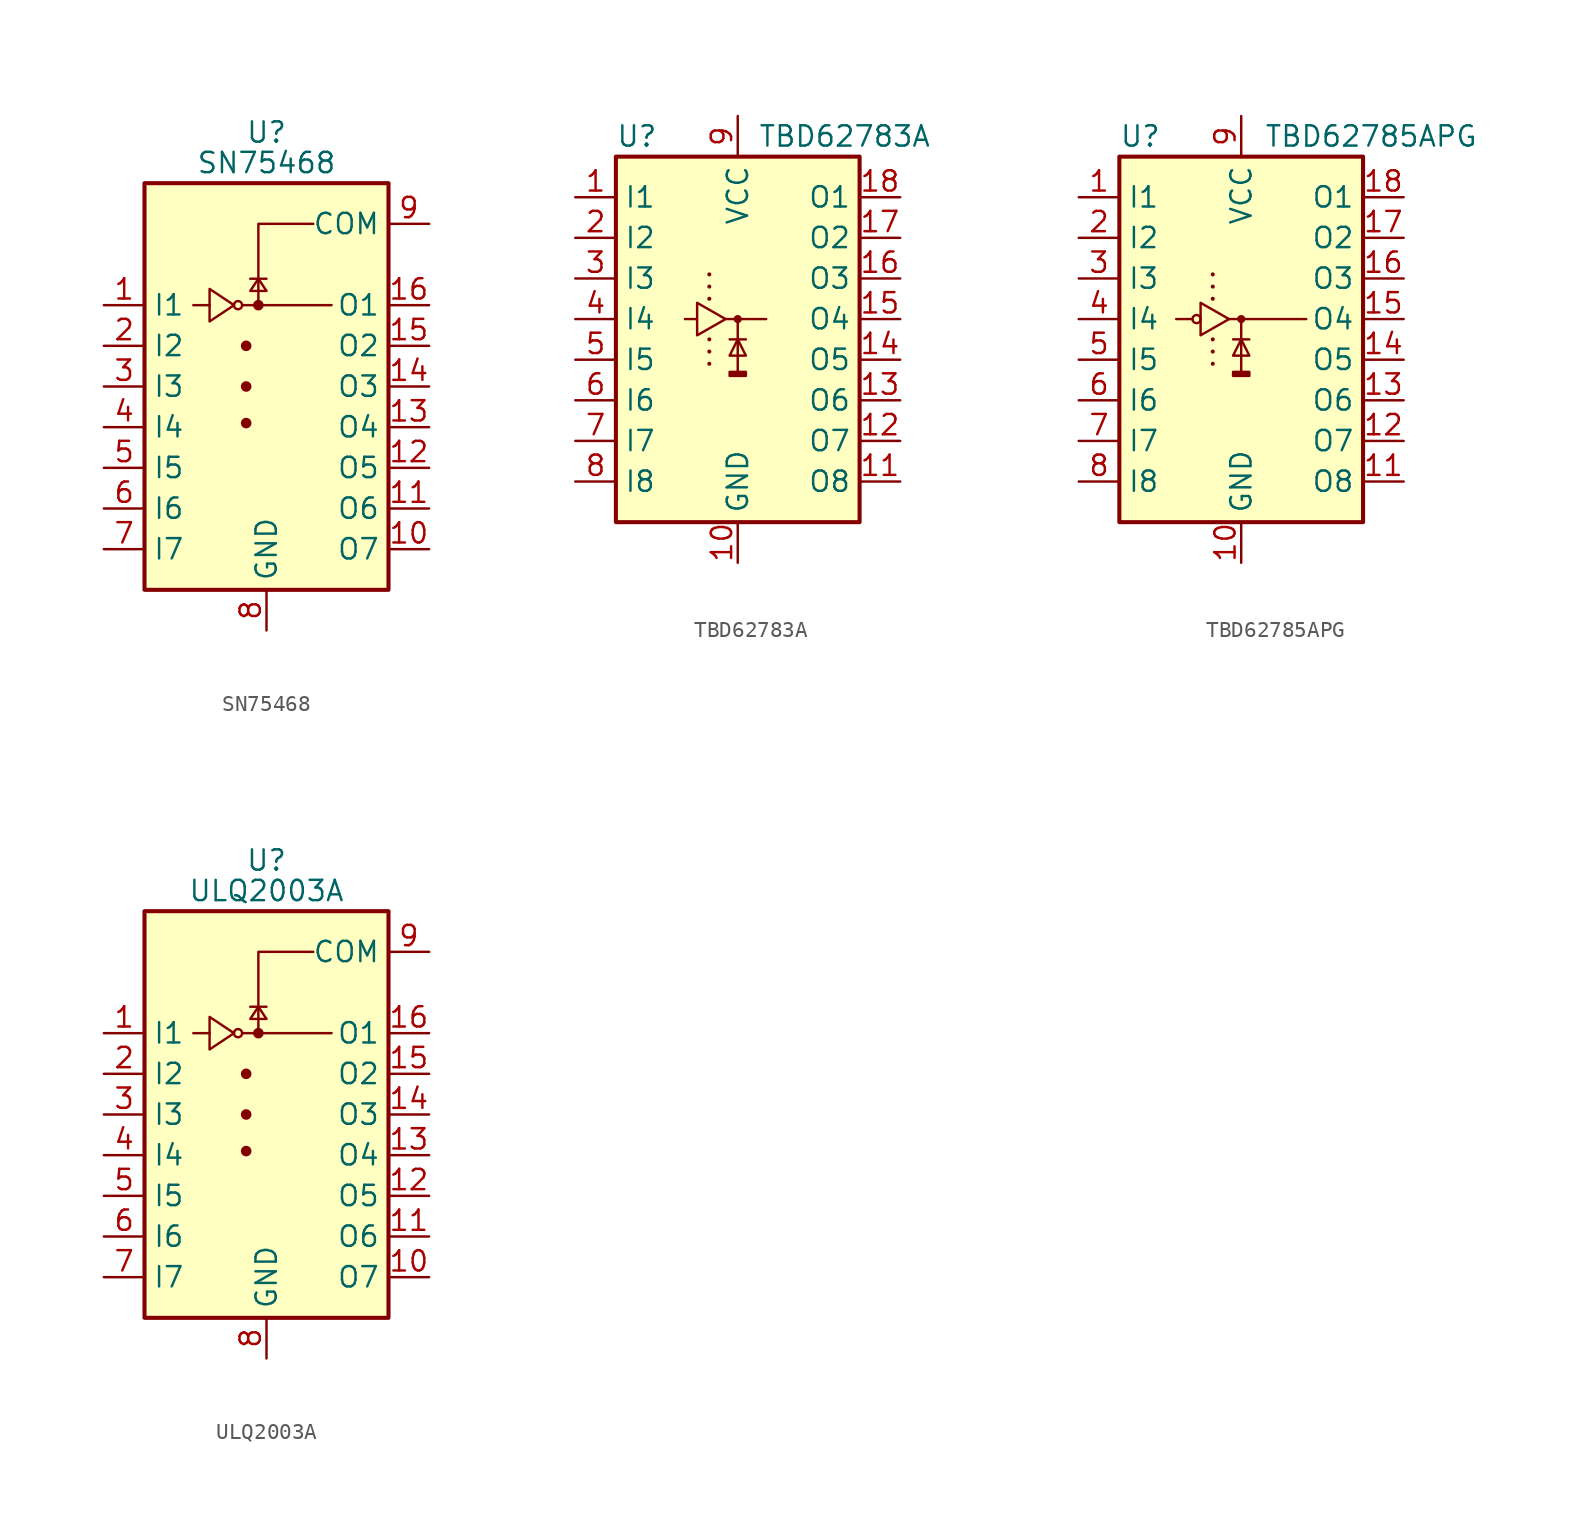
<source format=kicad_sym>
(kicad_symbol_lib
  (version 20231120)
  (generator "kicad_symbol_editor")
  (generator_version "8.0")
  (symbol "SN75468"
    (property "Reference" "U"
      (at 0 15.875 0)
      (effects (font (size 1.27 1.27))))
    (property "Value" "SN75468"
      (at 0 13.97 0)
      (effects (font (size 1.27 1.27))))
    (symbol "SN75468_0_1"
      (rectangle (start -7.62 -12.7) (end 7.62 12.7) (stroke (width 0.254) (type default)) (fill (type background)))
      (circle (center -1.778 5.08) (radius 0.254) (stroke (width 0) (type default)) (fill (type none)))
      (circle (center -1.27 -2.286) (radius 0.254) (stroke (width 0) (type default)) (fill (type outline)))
      (circle (center -1.27 0) (radius 0.254) (stroke (width 0) (type default)) (fill (type outline)))
      (circle (center -1.27 2.54) (radius 0.254) (stroke (width 0) (type default)) (fill (type outline)))
      (circle (center -0.508 5.08) (radius 0.254) (stroke (width 0) (type default)) (fill (type outline)))
      (polyline (pts (xy -4.572 5.08) (xy -3.556 5.08)) (stroke (width 0) (type default)) (fill (type none)))
      (polyline (pts (xy -1.524 5.08) (xy 4.064 5.08)) (stroke (width 0) (type default)) (fill (type none)))
      (polyline (pts (xy 0 6.731) (xy -1.016 6.731)) (stroke (width 0) (type default)) (fill (type none)))
      (polyline (pts (xy -0.508 5.08) (xy -0.508 10.16) (xy 2.921 10.16)) (stroke (width 0) (type default)) (fill (type none)))
      (polyline (pts (xy -3.556 6.096) (xy -3.556 4.064) (xy -2.032 5.08) (xy -3.556 6.096)) (stroke (width 0) (type default)) (fill (type none)))
      (polyline (pts (xy 0 5.969) (xy -1.016 5.969) (xy -0.508 6.731) (xy 0 5.969)) (stroke (width 0) (type default)) (fill (type none))))
    (symbol "SN75468_1_1"
      (pin input line (at -10.16 5.08 0) (length 2.54) (name "I1" (effects (font (size 1.27 1.27)))) (number "1" (effects (font (size 1.27 1.27)))))
      (pin open_collector line (at 10.16 -10.16 180) (length 2.54) (name "O7" (effects (font (size 1.27 1.27)))) (number "10" (effects (font (size 1.27 1.27)))))
      (pin open_collector line (at 10.16 -7.62 180) (length 2.54) (name "O6" (effects (font (size 1.27 1.27)))) (number "11" (effects (font (size 1.27 1.27)))))
      (pin open_collector line (at 10.16 -5.08 180) (length 2.54) (name "O5" (effects (font (size 1.27 1.27)))) (number "12" (effects (font (size 1.27 1.27)))))
      (pin open_collector line (at 10.16 -2.54 180) (length 2.54) (name "O4" (effects (font (size 1.27 1.27)))) (number "13" (effects (font (size 1.27 1.27)))))
      (pin open_collector line (at 10.16 0 180) (length 2.54) (name "O3" (effects (font (size 1.27 1.27)))) (number "14" (effects (font (size 1.27 1.27)))))
      (pin open_collector line (at 10.16 2.54 180) (length 2.54) (name "O2" (effects (font (size 1.27 1.27)))) (number "15" (effects (font (size 1.27 1.27)))))
      (pin open_collector line (at 10.16 5.08 180) (length 2.54) (name "O1" (effects (font (size 1.27 1.27)))) (number "16" (effects (font (size 1.27 1.27)))))
      (pin input line (at -10.16 2.54 0) (length 2.54) (name "I2" (effects (font (size 1.27 1.27)))) (number "2" (effects (font (size 1.27 1.27)))))
      (pin input line (at -10.16 0 0) (length 2.54) (name "I3" (effects (font (size 1.27 1.27)))) (number "3" (effects (font (size 1.27 1.27)))))
      (pin input line (at -10.16 -2.54 0) (length 2.54) (name "I4" (effects (font (size 1.27 1.27)))) (number "4" (effects (font (size 1.27 1.27)))))
      (pin input line (at -10.16 -5.08 0) (length 2.54) (name "I5" (effects (font (size 1.27 1.27)))) (number "5" (effects (font (size 1.27 1.27)))))
      (pin input line (at -10.16 -7.62 0) (length 2.54) (name "I6" (effects (font (size 1.27 1.27)))) (number "6" (effects (font (size 1.27 1.27)))))
      (pin input line (at -10.16 -10.16 0) (length 2.54) (name "I7" (effects (font (size 1.27 1.27)))) (number "7" (effects (font (size 1.27 1.27)))))
      (pin power_in line (at 0 -15.24 90) (length 2.54) (name "GND" (effects (font (size 1.27 1.27)))) (number "8" (effects (font (size 1.27 1.27)))))
      (pin passive line (at 10.16 10.16 180) (length 2.54) (name "COM" (effects (font (size 1.27 1.27)))) (number "9" (effects (font (size 1.27 1.27)))))))
  (symbol "TBD62783A"
    (property "Reference" "U"
      (at -7.62 11.43 0)
      (effects (font (size 1.27 1.27)) (justify left)))
    (property "Value" "TBD62783A"
      (at 1.27 11.43 0)
      (effects (font (size 1.27 1.27)) (justify left)))
    (symbol "TBD62783A_0_1"
      (rectangle (start -7.62 10.16) (end 7.62 -12.7) (stroke (width 0.254) (type default)) (fill (type background)))
      (rectangle (start -0.508 -3.302) (end 0.508 -3.556) (stroke (width 0) (type default)) (fill (type outline)))
      (polyline (pts (xy -1.778 -2.794) (xy -1.778 -2.794)) (stroke (width 0.254) (type default)) (fill (type none)))
      (polyline (pts (xy -1.778 -2.032) (xy -1.778 -2.032)) (stroke (width 0.254) (type default)) (fill (type none)))
      (polyline (pts (xy -1.778 -1.27) (xy -1.778 -1.27)) (stroke (width 0.254) (type default)) (fill (type none)))
      (polyline (pts (xy -1.778 1.27) (xy -1.778 1.27)) (stroke (width 0.254) (type default)) (fill (type none)))
      (polyline (pts (xy -1.778 2.032) (xy -1.778 2.032)) (stroke (width 0.254) (type default)) (fill (type none)))
      (polyline (pts (xy -1.778 2.794) (xy -1.778 2.794)) (stroke (width 0.254) (type default)) (fill (type none)))
      (polyline (pts (xy -0.762 0) (xy 1.778 0)) (stroke (width 0) (type default)) (fill (type none)))
      (polyline (pts (xy -0.508 -1.27) (xy 0.508 -1.27)) (stroke (width 0) (type default)) (fill (type none)))
      (polyline (pts (xy 0 0) (xy 0 -3.302)) (stroke (width 0) (type default)) (fill (type none)))
      (polyline (pts (xy 0 0) (xy 0 0)) (stroke (width 0.508) (type default)) (fill (type none)))
      (polyline (pts (xy 0 -1.27) (xy -0.508 -2.286) (xy 0.508 -2.286) (xy 0 -1.27)) (stroke (width 0) (type default)) (fill (type none)))
      (polyline (pts (xy -3.302 0) (xy -2.54 0) (xy -2.54 1.016) (xy -0.762 0) (xy -2.54 -1.016) (xy -2.54 0)) (stroke (width 0) (type default)) (fill (type none))))
    (symbol "TBD62783A_1_1"
      (pin input line (at -10.16 7.62 0) (length 2.54) (name "I1" (effects (font (size 1.27 1.27)))) (number "1" (effects (font (size 1.27 1.27)))))
      (pin power_in line (at 0 -15.24 90) (length 2.54) (name "GND" (effects (font (size 1.27 1.27)))) (number "10" (effects (font (size 1.27 1.27)))))
      (pin open_emitter line (at 10.16 -10.16 180) (length 2.54) (name "O8" (effects (font (size 1.27 1.27)))) (number "11" (effects (font (size 1.27 1.27)))))
      (pin open_emitter line (at 10.16 -7.62 180) (length 2.54) (name "O7" (effects (font (size 1.27 1.27)))) (number "12" (effects (font (size 1.27 1.27)))))
      (pin open_emitter line (at 10.16 -5.08 180) (length 2.54) (name "O6" (effects (font (size 1.27 1.27)))) (number "13" (effects (font (size 1.27 1.27)))))
      (pin open_emitter line (at 10.16 -2.54 180) (length 2.54) (name "O5" (effects (font (size 1.27 1.27)))) (number "14" (effects (font (size 1.27 1.27)))))
      (pin open_emitter line (at 10.16 0 180) (length 2.54) (name "O4" (effects (font (size 1.27 1.27)))) (number "15" (effects (font (size 1.27 1.27)))))
      (pin open_emitter line (at 10.16 2.54 180) (length 2.54) (name "O3" (effects (font (size 1.27 1.27)))) (number "16" (effects (font (size 1.27 1.27)))))
      (pin open_emitter line (at 10.16 5.08 180) (length 2.54) (name "O2" (effects (font (size 1.27 1.27)))) (number "17" (effects (font (size 1.27 1.27)))))
      (pin open_emitter line (at 10.16 7.62 180) (length 2.54) (name "O1" (effects (font (size 1.27 1.27)))) (number "18" (effects (font (size 1.27 1.27)))))
      (pin input line (at -10.16 5.08 0) (length 2.54) (name "I2" (effects (font (size 1.27 1.27)))) (number "2" (effects (font (size 1.27 1.27)))))
      (pin input line (at -10.16 2.54 0) (length 2.54) (name "I3" (effects (font (size 1.27 1.27)))) (number "3" (effects (font (size 1.27 1.27)))))
      (pin input line (at -10.16 0 0) (length 2.54) (name "I4" (effects (font (size 1.27 1.27)))) (number "4" (effects (font (size 1.27 1.27)))))
      (pin input line (at -10.16 -2.54 0) (length 2.54) (name "I5" (effects (font (size 1.27 1.27)))) (number "5" (effects (font (size 1.27 1.27)))))
      (pin input line (at -10.16 -5.08 0) (length 2.54) (name "I6" (effects (font (size 1.27 1.27)))) (number "6" (effects (font (size 1.27 1.27)))))
      (pin input line (at -10.16 -7.62 0) (length 2.54) (name "I7" (effects (font (size 1.27 1.27)))) (number "7" (effects (font (size 1.27 1.27)))))
      (pin input line (at -10.16 -10.16 0) (length 2.54) (name "I8" (effects (font (size 1.27 1.27)))) (number "8" (effects (font (size 1.27 1.27)))))
      (pin power_in line (at 0 12.7 270) (length 2.54) (name "VCC" (effects (font (size 1.27 1.27)))) (number "9" (effects (font (size 1.27 1.27)))))))
  (symbol "TBD62785APG"
    (property "Reference" "U"
      (at -7.62 11.43 0)
      (effects (font (size 1.27 1.27)) (justify left)))
    (property "Value" "TBD62785APG"
      (at 8.128 11.43 0)
      (effects (font (size 1.27 1.27))))
    (symbol "TBD62785APG_0_1"
      (rectangle (start -7.62 10.16) (end 7.62 -12.7) (stroke (width 0.254) (type default)) (fill (type background)))
      (circle (center -2.794 0) (radius 0.254) (stroke (width 0) (type default)) (fill (type none)))
      (rectangle (start -0.508 -3.302) (end 0.508 -3.556) (stroke (width 0) (type default)) (fill (type outline)))
      (polyline (pts (xy -4.064 0) (xy -3.048 0)) (stroke (width 0) (type default)) (fill (type none)))
      (polyline (pts (xy -1.778 -2.794) (xy -1.778 -2.794)) (stroke (width 0.254) (type default)) (fill (type none)))
      (polyline (pts (xy -1.778 -2.032) (xy -1.778 -2.032)) (stroke (width 0.254) (type default)) (fill (type none)))
      (polyline (pts (xy -1.778 -1.27) (xy -1.778 -1.27)) (stroke (width 0.254) (type default)) (fill (type none)))
      (polyline (pts (xy -1.778 1.27) (xy -1.778 1.27)) (stroke (width 0.254) (type default)) (fill (type none)))
      (polyline (pts (xy -1.778 2.032) (xy -1.778 2.032)) (stroke (width 0.254) (type default)) (fill (type none)))
      (polyline (pts (xy -1.778 2.794) (xy -1.778 2.794)) (stroke (width 0.254) (type default)) (fill (type none)))
      (polyline (pts (xy -0.762 0) (xy 4.064 0)) (stroke (width 0) (type default)) (fill (type none)))
      (polyline (pts (xy -0.508 -1.27) (xy 0.508 -1.27)) (stroke (width 0) (type default)) (fill (type none)))
      (polyline (pts (xy 0 0) (xy 0 -3.302)) (stroke (width 0) (type default)) (fill (type none)))
      (polyline (pts (xy 0 0) (xy 0 0)) (stroke (width 0.508) (type default)) (fill (type none)))
      (polyline (pts (xy 0 -1.27) (xy -0.508 -2.286) (xy 0.508 -2.286) (xy 0 -1.27)) (stroke (width 0) (type default)) (fill (type none)))
      (polyline (pts (xy -2.54 0) (xy -2.54 0) (xy -2.54 1.016) (xy -0.762 0) (xy -2.54 -1.016) (xy -2.54 0)) (stroke (width 0) (type default)) (fill (type none))))
    (symbol "TBD62785APG_1_1"
      (pin input line (at -10.16 7.62 0) (length 2.54) (name "I1" (effects (font (size 1.27 1.27)))) (number "1" (effects (font (size 1.27 1.27)))))
      (pin power_in line (at 0 -15.24 90) (length 2.54) (name "GND" (effects (font (size 1.27 1.27)))) (number "10" (effects (font (size 1.27 1.27)))))
      (pin open_emitter line (at 10.16 -10.16 180) (length 2.54) (name "O8" (effects (font (size 1.27 1.27)))) (number "11" (effects (font (size 1.27 1.27)))))
      (pin open_emitter line (at 10.16 -7.62 180) (length 2.54) (name "O7" (effects (font (size 1.27 1.27)))) (number "12" (effects (font (size 1.27 1.27)))))
      (pin open_emitter line (at 10.16 -5.08 180) (length 2.54) (name "O6" (effects (font (size 1.27 1.27)))) (number "13" (effects (font (size 1.27 1.27)))))
      (pin open_emitter line (at 10.16 -2.54 180) (length 2.54) (name "O5" (effects (font (size 1.27 1.27)))) (number "14" (effects (font (size 1.27 1.27)))))
      (pin open_emitter line (at 10.16 0 180) (length 2.54) (name "O4" (effects (font (size 1.27 1.27)))) (number "15" (effects (font (size 1.27 1.27)))))
      (pin open_emitter line (at 10.16 2.54 180) (length 2.54) (name "O3" (effects (font (size 1.27 1.27)))) (number "16" (effects (font (size 1.27 1.27)))))
      (pin open_emitter line (at 10.16 5.08 180) (length 2.54) (name "O2" (effects (font (size 1.27 1.27)))) (number "17" (effects (font (size 1.27 1.27)))))
      (pin open_emitter line (at 10.16 7.62 180) (length 2.54) (name "O1" (effects (font (size 1.27 1.27)))) (number "18" (effects (font (size 1.27 1.27)))))
      (pin input line (at -10.16 5.08 0) (length 2.54) (name "I2" (effects (font (size 1.27 1.27)))) (number "2" (effects (font (size 1.27 1.27)))))
      (pin input line (at -10.16 2.54 0) (length 2.54) (name "I3" (effects (font (size 1.27 1.27)))) (number "3" (effects (font (size 1.27 1.27)))))
      (pin input line (at -10.16 0 0) (length 2.54) (name "I4" (effects (font (size 1.27 1.27)))) (number "4" (effects (font (size 1.27 1.27)))))
      (pin input line (at -10.16 -2.54 0) (length 2.54) (name "I5" (effects (font (size 1.27 1.27)))) (number "5" (effects (font (size 1.27 1.27)))))
      (pin input line (at -10.16 -5.08 0) (length 2.54) (name "I6" (effects (font (size 1.27 1.27)))) (number "6" (effects (font (size 1.27 1.27)))))
      (pin input line (at -10.16 -7.62 0) (length 2.54) (name "I7" (effects (font (size 1.27 1.27)))) (number "7" (effects (font (size 1.27 1.27)))))
      (pin input line (at -10.16 -10.16 0) (length 2.54) (name "I8" (effects (font (size 1.27 1.27)))) (number "8" (effects (font (size 1.27 1.27)))))
      (pin power_in line (at 0 12.7 270) (length 2.54) (name "VCC" (effects (font (size 1.27 1.27)))) (number "9" (effects (font (size 1.27 1.27)))))))
  (symbol "ULQ2003A"
    (property "Reference" "U"
      (at 0 15.875 0)
      (effects (font (size 1.27 1.27))))
    (property "Value" "ULQ2003A"
      (at 0 13.97 0)
      (effects (font (size 1.27 1.27))))
    (symbol "ULQ2003A_0_1"
      (rectangle (start -7.62 -12.7) (end 7.62 12.7) (stroke (width 0.254) (type default)) (fill (type background)))
      (circle (center -1.778 5.08) (radius 0.254) (stroke (width 0) (type default)) (fill (type none)))
      (circle (center -1.27 -2.286) (radius 0.254) (stroke (width 0) (type default)) (fill (type outline)))
      (circle (center -1.27 0) (radius 0.254) (stroke (width 0) (type default)) (fill (type outline)))
      (circle (center -1.27 2.54) (radius 0.254) (stroke (width 0) (type default)) (fill (type outline)))
      (circle (center -0.508 5.08) (radius 0.254) (stroke (width 0) (type default)) (fill (type outline)))
      (polyline (pts (xy -4.572 5.08) (xy -3.556 5.08)) (stroke (width 0) (type default)) (fill (type none)))
      (polyline (pts (xy -1.524 5.08) (xy 4.064 5.08)) (stroke (width 0) (type default)) (fill (type none)))
      (polyline (pts (xy 0 6.731) (xy -1.016 6.731)) (stroke (width 0) (type default)) (fill (type none)))
      (polyline (pts (xy -0.508 5.08) (xy -0.508 10.16) (xy 2.921 10.16)) (stroke (width 0) (type default)) (fill (type none)))
      (polyline (pts (xy -3.556 6.096) (xy -3.556 4.064) (xy -2.032 5.08) (xy -3.556 6.096)) (stroke (width 0) (type default)) (fill (type none)))
      (polyline (pts (xy 0 5.969) (xy -1.016 5.969) (xy -0.508 6.731) (xy 0 5.969)) (stroke (width 0) (type default)) (fill (type none))))
    (symbol "ULQ2003A_1_1"
      (pin input line (at -10.16 5.08 0) (length 2.54) (name "I1" (effects (font (size 1.27 1.27)))) (number "1" (effects (font (size 1.27 1.27)))))
      (pin open_collector line (at 10.16 -10.16 180) (length 2.54) (name "O7" (effects (font (size 1.27 1.27)))) (number "10" (effects (font (size 1.27 1.27)))))
      (pin open_collector line (at 10.16 -7.62 180) (length 2.54) (name "O6" (effects (font (size 1.27 1.27)))) (number "11" (effects (font (size 1.27 1.27)))))
      (pin open_collector line (at 10.16 -5.08 180) (length 2.54) (name "O5" (effects (font (size 1.27 1.27)))) (number "12" (effects (font (size 1.27 1.27)))))
      (pin open_collector line (at 10.16 -2.54 180) (length 2.54) (name "O4" (effects (font (size 1.27 1.27)))) (number "13" (effects (font (size 1.27 1.27)))))
      (pin open_collector line (at 10.16 0 180) (length 2.54) (name "O3" (effects (font (size 1.27 1.27)))) (number "14" (effects (font (size 1.27 1.27)))))
      (pin open_collector line (at 10.16 2.54 180) (length 2.54) (name "O2" (effects (font (size 1.27 1.27)))) (number "15" (effects (font (size 1.27 1.27)))))
      (pin open_collector line (at 10.16 5.08 180) (length 2.54) (name "O1" (effects (font (size 1.27 1.27)))) (number "16" (effects (font (size 1.27 1.27)))))
      (pin input line (at -10.16 2.54 0) (length 2.54) (name "I2" (effects (font (size 1.27 1.27)))) (number "2" (effects (font (size 1.27 1.27)))))
      (pin input line (at -10.16 0 0) (length 2.54) (name "I3" (effects (font (size 1.27 1.27)))) (number "3" (effects (font (size 1.27 1.27)))))
      (pin input line (at -10.16 -2.54 0) (length 2.54) (name "I4" (effects (font (size 1.27 1.27)))) (number "4" (effects (font (size 1.27 1.27)))))
      (pin input line (at -10.16 -5.08 0) (length 2.54) (name "I5" (effects (font (size 1.27 1.27)))) (number "5" (effects (font (size 1.27 1.27)))))
      (pin input line (at -10.16 -7.62 0) (length 2.54) (name "I6" (effects (font (size 1.27 1.27)))) (number "6" (effects (font (size 1.27 1.27)))))
      (pin input line (at -10.16 -10.16 0) (length 2.54) (name "I7" (effects (font (size 1.27 1.27)))) (number "7" (effects (font (size 1.27 1.27)))))
      (pin power_in line (at 0 -15.24 90) (length 2.54) (name "GND" (effects (font (size 1.27 1.27)))) (number "8" (effects (font (size 1.27 1.27)))))
      (pin passive line (at 10.16 10.16 180) (length 2.54) (name "COM" (effects (font (size 1.27 1.27)))) (number "9" (effects (font (size 1.27 1.27))))))))
</source>
